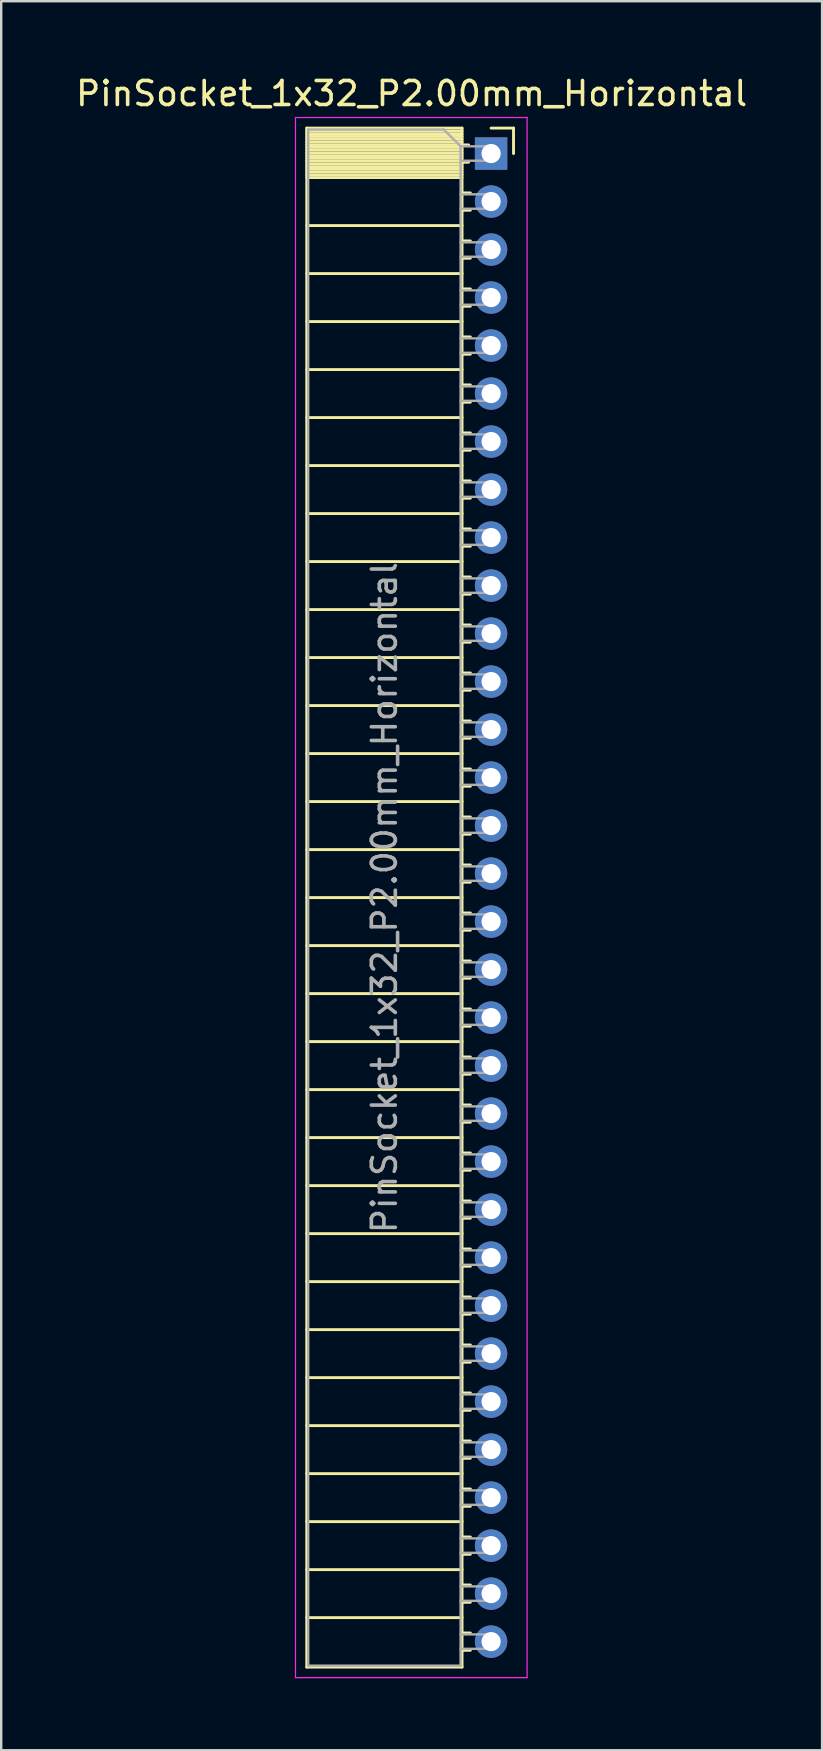
<source format=kicad_pcb>
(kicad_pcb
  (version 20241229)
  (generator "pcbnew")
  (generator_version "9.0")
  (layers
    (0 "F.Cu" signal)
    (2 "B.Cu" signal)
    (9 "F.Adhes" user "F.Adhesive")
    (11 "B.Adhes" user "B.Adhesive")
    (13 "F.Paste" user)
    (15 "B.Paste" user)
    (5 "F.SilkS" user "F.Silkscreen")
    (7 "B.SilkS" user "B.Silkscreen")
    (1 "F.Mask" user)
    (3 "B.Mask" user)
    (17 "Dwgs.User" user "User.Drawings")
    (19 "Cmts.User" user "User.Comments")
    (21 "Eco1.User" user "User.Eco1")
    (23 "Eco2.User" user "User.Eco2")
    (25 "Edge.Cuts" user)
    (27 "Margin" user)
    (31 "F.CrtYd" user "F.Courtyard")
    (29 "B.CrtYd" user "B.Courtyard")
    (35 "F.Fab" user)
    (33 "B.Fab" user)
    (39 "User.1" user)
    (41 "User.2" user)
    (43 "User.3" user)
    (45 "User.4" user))
  (footprint "PinSocket_1x32_P2.00mm_Horizontal"
    (layer "F.Cu")
    (at 17.411 3.348)
    (property "Reference" "PinSocket_1x32_P2.00mm_Horizontal" (at -3.31 -2.5 0) (layer "F.SilkS") (effects (font (size 1 1) (thickness 0.15))))
    (attr through_hole)
    (fp_line (start -7.68 -1.06) (end -7.68 63.06) (stroke (width 0.12) (type solid)) (layer "F.SilkS"))
    (fp_line (start -7.68 -1.06) (end -1.21 -1.06) (stroke (width 0.12) (type solid)) (layer "F.SilkS"))
    (fp_line (start -7.68 -0.94) (end -1.21 -0.94) (stroke (width 0.12) (type solid)) (layer "F.SilkS"))
    (fp_line (start -7.68 -0.826) (end -1.21 -0.826) (stroke (width 0.12) (type solid)) (layer "F.SilkS"))
    (fp_line (start -7.68 -0.712) (end -1.21 -0.712) (stroke (width 0.12) (type solid)) (layer "F.SilkS"))
    (fp_line (start -7.68 -0.598) (end -1.21 -0.598) (stroke (width 0.12) (type solid)) (layer "F.SilkS"))
    (fp_line (start -7.68 -0.484) (end -1.21 -0.484) (stroke (width 0.12) (type solid)) (layer "F.SilkS"))
    (fp_line (start -7.68 -0.369) (end -1.21 -0.369) (stroke (width 0.12) (type solid)) (layer "F.SilkS"))
    (fp_line (start -7.68 -0.255) (end -1.21 -0.255) (stroke (width 0.12) (type solid)) (layer "F.SilkS"))
    (fp_line (start -7.68 -0.141) (end -1.21 -0.141) (stroke (width 0.12) (type solid)) (layer "F.SilkS"))
    (fp_line (start -7.68 -0.027) (end -1.21 -0.027) (stroke (width 0.12) (type solid)) (layer "F.SilkS"))
    (fp_line (start -7.68 0.087) (end -1.21 0.087) (stroke (width 0.12) (type solid)) (layer "F.SilkS"))
    (fp_line (start -7.68 0.201) (end -1.21 0.201) (stroke (width 0.12) (type solid)) (layer "F.SilkS"))
    (fp_line (start -7.68 0.315) (end -1.21 0.315) (stroke (width 0.12) (type solid)) (layer "F.SilkS"))
    (fp_line (start -7.68 0.429) (end -1.21 0.429) (stroke (width 0.12) (type solid)) (layer "F.SilkS"))
    (fp_line (start -7.68 0.544) (end -1.21 0.544) (stroke (width 0.12) (type solid)) (layer "F.SilkS"))
    (fp_line (start -7.68 0.658) (end -1.21 0.658) (stroke (width 0.12) (type solid)) (layer "F.SilkS"))
    (fp_line (start -7.68 0.772) (end -1.21 0.772) (stroke (width 0.12) (type solid)) (layer "F.SilkS"))
    (fp_line (start -7.68 0.886) (end -1.21 0.886) (stroke (width 0.12) (type solid)) (layer "F.SilkS"))
    (fp_line (start -7.68 1) (end -1.21 1) (stroke (width 0.12) (type solid)) (layer "F.SilkS"))
    (fp_line (start -7.68 3) (end -1.21 3) (stroke (width 0.12) (type solid)) (layer "F.SilkS"))
    (fp_line (start -7.68 5) (end -1.21 5) (stroke (width 0.12) (type solid)) (layer "F.SilkS"))
    (fp_line (start -7.68 7) (end -1.21 7) (stroke (width 0.12) (type solid)) (layer "F.SilkS"))
    (fp_line (start -7.68 9) (end -1.21 9) (stroke (width 0.12) (type solid)) (layer "F.SilkS"))
    (fp_line (start -7.68 11) (end -1.21 11) (stroke (width 0.12) (type solid)) (layer "F.SilkS"))
    (fp_line (start -7.68 13) (end -1.21 13) (stroke (width 0.12) (type solid)) (layer "F.SilkS"))
    (fp_line (start -7.68 15) (end -1.21 15) (stroke (width 0.12) (type solid)) (layer "F.SilkS"))
    (fp_line (start -7.68 17) (end -1.21 17) (stroke (width 0.12) (type solid)) (layer "F.SilkS"))
    (fp_line (start -7.68 19) (end -1.21 19) (stroke (width 0.12) (type solid)) (layer "F.SilkS"))
    (fp_line (start -7.68 21) (end -1.21 21) (stroke (width 0.12) (type solid)) (layer "F.SilkS"))
    (fp_line (start -7.68 23) (end -1.21 23) (stroke (width 0.12) (type solid)) (layer "F.SilkS"))
    (fp_line (start -7.68 25) (end -1.21 25) (stroke (width 0.12) (type solid)) (layer "F.SilkS"))
    (fp_line (start -7.68 27) (end -1.21 27) (stroke (width 0.12) (type solid)) (layer "F.SilkS"))
    (fp_line (start -7.68 29) (end -1.21 29) (stroke (width 0.12) (type solid)) (layer "F.SilkS"))
    (fp_line (start -7.68 31) (end -1.21 31) (stroke (width 0.12) (type solid)) (layer "F.SilkS"))
    (fp_line (start -7.68 33) (end -1.21 33) (stroke (width 0.12) (type solid)) (layer "F.SilkS"))
    (fp_line (start -7.68 35) (end -1.21 35) (stroke (width 0.12) (type solid)) (layer "F.SilkS"))
    (fp_line (start -7.68 37) (end -1.21 37) (stroke (width 0.12) (type solid)) (layer "F.SilkS"))
    (fp_line (start -7.68 39) (end -1.21 39) (stroke (width 0.12) (type solid)) (layer "F.SilkS"))
    (fp_line (start -7.68 41) (end -1.21 41) (stroke (width 0.12) (type solid)) (layer "F.SilkS"))
    (fp_line (start -7.68 43) (end -1.21 43) (stroke (width 0.12) (type solid)) (layer "F.SilkS"))
    (fp_line (start -7.68 45) (end -1.21 45) (stroke (width 0.12) (type solid)) (layer "F.SilkS"))
    (fp_line (start -7.68 47) (end -1.21 47) (stroke (width 0.12) (type solid)) (layer "F.SilkS"))
    (fp_line (start -7.68 49) (end -1.21 49) (stroke (width 0.12) (type solid)) (layer "F.SilkS"))
    (fp_line (start -7.68 51) (end -1.21 51) (stroke (width 0.12) (type solid)) (layer "F.SilkS"))
    (fp_line (start -7.68 53) (end -1.21 53) (stroke (width 0.12) (type solid)) (layer "F.SilkS"))
    (fp_line (start -7.68 55) (end -1.21 55) (stroke (width 0.12) (type solid)) (layer "F.SilkS"))
    (fp_line (start -7.68 57) (end -1.21 57) (stroke (width 0.12) (type solid)) (layer "F.SilkS"))
    (fp_line (start -7.68 59) (end -1.21 59) (stroke (width 0.12) (type solid)) (layer "F.SilkS"))
    (fp_line (start -7.68 61) (end -1.21 61) (stroke (width 0.12) (type solid)) (layer "F.SilkS"))
    (fp_line (start -7.68 63.06) (end -1.21 63.06) (stroke (width 0.12) (type solid)) (layer "F.SilkS"))
    (fp_line (start -1.21 -1.06) (end -1.21 63.06) (stroke (width 0.12) (type solid)) (layer "F.SilkS"))
    (fp_line (start -1.21 -0.36) (end -0.935 -0.36) (stroke (width 0.12) (type solid)) (layer "F.SilkS"))
    (fp_line (start -1.21 0.36) (end -0.935 0.36) (stroke (width 0.12) (type solid)) (layer "F.SilkS"))
    (fp_line (start -1.21 1.64) (end -0.863 1.64) (stroke (width 0.12) (type solid)) (layer "F.SilkS"))
    (fp_line (start -1.21 2.36) (end -0.863 2.36) (stroke (width 0.12) (type solid)) (layer "F.SilkS"))
    (fp_line (start -1.21 3.64) (end -0.863 3.64) (stroke (width 0.12) (type solid)) (layer "F.SilkS"))
    (fp_line (start -1.21 4.36) (end -0.863 4.36) (stroke (width 0.12) (type solid)) (layer "F.SilkS"))
    (fp_line (start -1.21 5.64) (end -0.863 5.64) (stroke (width 0.12) (type solid)) (layer "F.SilkS"))
    (fp_line (start -1.21 6.36) (end -0.863 6.36) (stroke (width 0.12) (type solid)) (layer "F.SilkS"))
    (fp_line (start -1.21 7.64) (end -0.863 7.64) (stroke (width 0.12) (type solid)) (layer "F.SilkS"))
    (fp_line (start -1.21 8.36) (end -0.863 8.36) (stroke (width 0.12) (type solid)) (layer "F.SilkS"))
    (fp_line (start -1.21 9.64) (end -0.863 9.64) (stroke (width 0.12) (type solid)) (layer "F.SilkS"))
    (fp_line (start -1.21 10.36) (end -0.863 10.36) (stroke (width 0.12) (type solid)) (layer "F.SilkS"))
    (fp_line (start -1.21 11.64) (end -0.863 11.64) (stroke (width 0.12) (type solid)) (layer "F.SilkS"))
    (fp_line (start -1.21 12.36) (end -0.863 12.36) (stroke (width 0.12) (type solid)) (layer "F.SilkS"))
    (fp_line (start -1.21 13.64) (end -0.863 13.64) (stroke (width 0.12) (type solid)) (layer "F.SilkS"))
    (fp_line (start -1.21 14.36) (end -0.863 14.36) (stroke (width 0.12) (type solid)) (layer "F.SilkS"))
    (fp_line (start -1.21 15.64) (end -0.863 15.64) (stroke (width 0.12) (type solid)) (layer "F.SilkS"))
    (fp_line (start -1.21 16.36) (end -0.863 16.36) (stroke (width 0.12) (type solid)) (layer "F.SilkS"))
    (fp_line (start -1.21 17.64) (end -0.863 17.64) (stroke (width 0.12) (type solid)) (layer "F.SilkS"))
    (fp_line (start -1.21 18.36) (end -0.863 18.36) (stroke (width 0.12) (type solid)) (layer "F.SilkS"))
    (fp_line (start -1.21 19.64) (end -0.863 19.64) (stroke (width 0.12) (type solid)) (layer "F.SilkS"))
    (fp_line (start -1.21 20.36) (end -0.863 20.36) (stroke (width 0.12) (type solid)) (layer "F.SilkS"))
    (fp_line (start -1.21 21.64) (end -0.863 21.64) (stroke (width 0.12) (type solid)) (layer "F.SilkS"))
    (fp_line (start -1.21 22.36) (end -0.863 22.36) (stroke (width 0.12) (type solid)) (layer "F.SilkS"))
    (fp_line (start -1.21 23.64) (end -0.863 23.64) (stroke (width 0.12) (type solid)) (layer "F.SilkS"))
    (fp_line (start -1.21 24.36) (end -0.863 24.36) (stroke (width 0.12) (type solid)) (layer "F.SilkS"))
    (fp_line (start -1.21 25.64) (end -0.863 25.64) (stroke (width 0.12) (type solid)) (layer "F.SilkS"))
    (fp_line (start -1.21 26.36) (end -0.863 26.36) (stroke (width 0.12) (type solid)) (layer "F.SilkS"))
    (fp_line (start -1.21 27.64) (end -0.863 27.64) (stroke (width 0.12) (type solid)) (layer "F.SilkS"))
    (fp_line (start -1.21 28.36) (end -0.863 28.36) (stroke (width 0.12) (type solid)) (layer "F.SilkS"))
    (fp_line (start -1.21 29.64) (end -0.863 29.64) (stroke (width 0.12) (type solid)) (layer "F.SilkS"))
    (fp_line (start -1.21 30.36) (end -0.863 30.36) (stroke (width 0.12) (type solid)) (layer "F.SilkS"))
    (fp_line (start -1.21 31.64) (end -0.863 31.64) (stroke (width 0.12) (type solid)) (layer "F.SilkS"))
    (fp_line (start -1.21 32.36) (end -0.863 32.36) (stroke (width 0.12) (type solid)) (layer "F.SilkS"))
    (fp_line (start -1.21 33.64) (end -0.863 33.64) (stroke (width 0.12) (type solid)) (layer "F.SilkS"))
    (fp_line (start -1.21 34.36) (end -0.863 34.36) (stroke (width 0.12) (type solid)) (layer "F.SilkS"))
    (fp_line (start -1.21 35.64) (end -0.863 35.64) (stroke (width 0.12) (type solid)) (layer "F.SilkS"))
    (fp_line (start -1.21 36.36) (end -0.863 36.36) (stroke (width 0.12) (type solid)) (layer "F.SilkS"))
    (fp_line (start -1.21 37.64) (end -0.863 37.64) (stroke (width 0.12) (type solid)) (layer "F.SilkS"))
    (fp_line (start -1.21 38.36) (end -0.863 38.36) (stroke (width 0.12) (type solid)) (layer "F.SilkS"))
    (fp_line (start -1.21 39.64) (end -0.863 39.64) (stroke (width 0.12) (type solid)) (layer "F.SilkS"))
    (fp_line (start -1.21 40.36) (end -0.863 40.36) (stroke (width 0.12) (type solid)) (layer "F.SilkS"))
    (fp_line (start -1.21 41.64) (end -0.863 41.64) (stroke (width 0.12) (type solid)) (layer "F.SilkS"))
    (fp_line (start -1.21 42.36) (end -0.863 42.36) (stroke (width 0.12) (type solid)) (layer "F.SilkS"))
    (fp_line (start -1.21 43.64) (end -0.863 43.64) (stroke (width 0.12) (type solid)) (layer "F.SilkS"))
    (fp_line (start -1.21 44.36) (end -0.863 44.36) (stroke (width 0.12) (type solid)) (layer "F.SilkS"))
    (fp_line (start -1.21 45.64) (end -0.863 45.64) (stroke (width 0.12) (type solid)) (layer "F.SilkS"))
    (fp_line (start -1.21 46.36) (end -0.863 46.36) (stroke (width 0.12) (type solid)) (layer "F.SilkS"))
    (fp_line (start -1.21 47.64) (end -0.863 47.64) (stroke (width 0.12) (type solid)) (layer "F.SilkS"))
    (fp_line (start -1.21 48.36) (end -0.863 48.36) (stroke (width 0.12) (type solid)) (layer "F.SilkS"))
    (fp_line (start -1.21 49.64) (end -0.863 49.64) (stroke (width 0.12) (type solid)) (layer "F.SilkS"))
    (fp_line (start -1.21 50.36) (end -0.863 50.36) (stroke (width 0.12) (type solid)) (layer "F.SilkS"))
    (fp_line (start -1.21 51.64) (end -0.863 51.64) (stroke (width 0.12) (type solid)) (layer "F.SilkS"))
    (fp_line (start -1.21 52.36) (end -0.863 52.36) (stroke (width 0.12) (type solid)) (layer "F.SilkS"))
    (fp_line (start -1.21 53.64) (end -0.863 53.64) (stroke (width 0.12) (type solid)) (layer "F.SilkS"))
    (fp_line (start -1.21 54.36) (end -0.863 54.36) (stroke (width 0.12) (type solid)) (layer "F.SilkS"))
    (fp_line (start -1.21 55.64) (end -0.863 55.64) (stroke (width 0.12) (type solid)) (layer "F.SilkS"))
    (fp_line (start -1.21 56.36) (end -0.863 56.36) (stroke (width 0.12) (type solid)) (layer "F.SilkS"))
    (fp_line (start -1.21 57.64) (end -0.863 57.64) (stroke (width 0.12) (type solid)) (layer "F.SilkS"))
    (fp_line (start -1.21 58.36) (end -0.863 58.36) (stroke (width 0.12) (type solid)) (layer "F.SilkS"))
    (fp_line (start -1.21 59.64) (end -0.863 59.64) (stroke (width 0.12) (type solid)) (layer "F.SilkS"))
    (fp_line (start -1.21 60.36) (end -0.863 60.36) (stroke (width 0.12) (type solid)) (layer "F.SilkS"))
    (fp_line (start -1.21 61.64) (end -0.863 61.64) (stroke (width 0.12) (type solid)) (layer "F.SilkS"))
    (fp_line (start -1.21 62.36) (end -0.863 62.36) (stroke (width 0.12) (type solid)) (layer "F.SilkS"))
    (fp_line (start 0 -1.06) (end 0.935 -1.06) (stroke (width 0.12) (type solid)) (layer "F.SilkS"))
    (fp_line (start 0.935 -1.06) (end 0.935 0) (stroke (width 0.12) (type solid)) (layer "F.SilkS"))
    (fp_line (start -8.15 -1.5) (end -8.15 63.5) (stroke (width 0.05) (type solid)) (layer "F.CrtYd"))
    (fp_line (start -8.15 63.5) (end 1.5 63.5) (stroke (width 0.05) (type solid)) (layer "F.CrtYd"))
    (fp_line (start 1.5 -1.5) (end -8.15 -1.5) (stroke (width 0.05) (type solid)) (layer "F.CrtYd"))
    (fp_line (start 1.5 63.5) (end 1.5 -1.5) (stroke (width 0.05) (type solid)) (layer "F.CrtYd"))
    (fp_line (start -7.62 -1) (end -1.97 -1) (stroke (width 0.1) (type solid)) (layer "F.Fab"))
    (fp_line (start -7.62 63) (end -7.62 -1) (stroke (width 0.1) (type solid)) (layer "F.Fab"))
    (fp_line (start -1.97 -1) (end -1.27 -0.3) (stroke (width 0.1) (type solid)) (layer "F.Fab"))
    (fp_line (start -1.27 -0.3) (end -1.27 63) (stroke (width 0.1) (type solid)) (layer "F.Fab"))
    (fp_line (start -1.27 0.3) (end 0 0.3) (stroke (width 0.1) (type solid)) (layer "F.Fab"))
    (fp_line (start -1.27 2.3) (end 0 2.3) (stroke (width 0.1) (type solid)) (layer "F.Fab"))
    (fp_line (start -1.27 4.3) (end 0 4.3) (stroke (width 0.1) (type solid)) (layer "F.Fab"))
    (fp_line (start -1.27 6.3) (end 0 6.3) (stroke (width 0.1) (type solid)) (layer "F.Fab"))
    (fp_line (start -1.27 8.3) (end 0 8.3) (stroke (width 0.1) (type solid)) (layer "F.Fab"))
    (fp_line (start -1.27 10.3) (end 0 10.3) (stroke (width 0.1) (type solid)) (layer "F.Fab"))
    (fp_line (start -1.27 12.3) (end 0 12.3) (stroke (width 0.1) (type solid)) (layer "F.Fab"))
    (fp_line (start -1.27 14.3) (end 0 14.3) (stroke (width 0.1) (type solid)) (layer "F.Fab"))
    (fp_line (start -1.27 16.3) (end 0 16.3) (stroke (width 0.1) (type solid)) (layer "F.Fab"))
    (fp_line (start -1.27 18.3) (end 0 18.3) (stroke (width 0.1) (type solid)) (layer "F.Fab"))
    (fp_line (start -1.27 20.3) (end 0 20.3) (stroke (width 0.1) (type solid)) (layer "F.Fab"))
    (fp_line (start -1.27 22.3) (end 0 22.3) (stroke (width 0.1) (type solid)) (layer "F.Fab"))
    (fp_line (start -1.27 24.3) (end 0 24.3) (stroke (width 0.1) (type solid)) (layer "F.Fab"))
    (fp_line (start -1.27 26.3) (end 0 26.3) (stroke (width 0.1) (type solid)) (layer "F.Fab"))
    (fp_line (start -1.27 28.3) (end 0 28.3) (stroke (width 0.1) (type solid)) (layer "F.Fab"))
    (fp_line (start -1.27 30.3) (end 0 30.3) (stroke (width 0.1) (type solid)) (layer "F.Fab"))
    (fp_line (start -1.27 32.3) (end 0 32.3) (stroke (width 0.1) (type solid)) (layer "F.Fab"))
    (fp_line (start -1.27 34.3) (end 0 34.3) (stroke (width 0.1) (type solid)) (layer "F.Fab"))
    (fp_line (start -1.27 36.3) (end 0 36.3) (stroke (width 0.1) (type solid)) (layer "F.Fab"))
    (fp_line (start -1.27 38.3) (end 0 38.3) (stroke (width 0.1) (type solid)) (layer "F.Fab"))
    (fp_line (start -1.27 40.3) (end 0 40.3) (stroke (width 0.1) (type solid)) (layer "F.Fab"))
    (fp_line (start -1.27 42.3) (end 0 42.3) (stroke (width 0.1) (type solid)) (layer "F.Fab"))
    (fp_line (start -1.27 44.3) (end 0 44.3) (stroke (width 0.1) (type solid)) (layer "F.Fab"))
    (fp_line (start -1.27 46.3) (end 0 46.3) (stroke (width 0.1) (type solid)) (layer "F.Fab"))
    (fp_line (start -1.27 48.3) (end 0 48.3) (stroke (width 0.1) (type solid)) (layer "F.Fab"))
    (fp_line (start -1.27 50.3) (end 0 50.3) (stroke (width 0.1) (type solid)) (layer "F.Fab"))
    (fp_line (start -1.27 52.3) (end 0 52.3) (stroke (width 0.1) (type solid)) (layer "F.Fab"))
    (fp_line (start -1.27 54.3) (end 0 54.3) (stroke (width 0.1) (type solid)) (layer "F.Fab"))
    (fp_line (start -1.27 56.3) (end 0 56.3) (stroke (width 0.1) (type solid)) (layer "F.Fab"))
    (fp_line (start -1.27 58.3) (end 0 58.3) (stroke (width 0.1) (type solid)) (layer "F.Fab"))
    (fp_line (start -1.27 60.3) (end 0 60.3) (stroke (width 0.1) (type solid)) (layer "F.Fab"))
    (fp_line (start -1.27 62.3) (end 0 62.3) (stroke (width 0.1) (type solid)) (layer "F.Fab"))
    (fp_line (start -1.27 63) (end -7.62 63) (stroke (width 0.1) (type solid)) (layer "F.Fab"))
    (fp_line (start 0 -0.3) (end -1.27 -0.3) (stroke (width 0.1) (type solid)) (layer "F.Fab"))
    (fp_line (start 0 0.3) (end 0 -0.3) (stroke (width 0.1) (type solid)) (layer "F.Fab"))
    (fp_line (start 0 1.7) (end -1.27 1.7) (stroke (width 0.1) (type solid)) (layer "F.Fab"))
    (fp_line (start 0 2.3) (end 0 1.7) (stroke (width 0.1) (type solid)) (layer "F.Fab"))
    (fp_line (start 0 3.7) (end -1.27 3.7) (stroke (width 0.1) (type solid)) (layer "F.Fab"))
    (fp_line (start 0 4.3) (end 0 3.7) (stroke (width 0.1) (type solid)) (layer "F.Fab"))
    (fp_line (start 0 5.7) (end -1.27 5.7) (stroke (width 0.1) (type solid)) (layer "F.Fab"))
    (fp_line (start 0 6.3) (end 0 5.7) (stroke (width 0.1) (type solid)) (layer "F.Fab"))
    (fp_line (start 0 7.7) (end -1.27 7.7) (stroke (width 0.1) (type solid)) (layer "F.Fab"))
    (fp_line (start 0 8.3) (end 0 7.7) (stroke (width 0.1) (type solid)) (layer "F.Fab"))
    (fp_line (start 0 9.7) (end -1.27 9.7) (stroke (width 0.1) (type solid)) (layer "F.Fab"))
    (fp_line (start 0 10.3) (end 0 9.7) (stroke (width 0.1) (type solid)) (layer "F.Fab"))
    (fp_line (start 0 11.7) (end -1.27 11.7) (stroke (width 0.1) (type solid)) (layer "F.Fab"))
    (fp_line (start 0 12.3) (end 0 11.7) (stroke (width 0.1) (type solid)) (layer "F.Fab"))
    (fp_line (start 0 13.7) (end -1.27 13.7) (stroke (width 0.1) (type solid)) (layer "F.Fab"))
    (fp_line (start 0 14.3) (end 0 13.7) (stroke (width 0.1) (type solid)) (layer "F.Fab"))
    (fp_line (start 0 15.7) (end -1.27 15.7) (stroke (width 0.1) (type solid)) (layer "F.Fab"))
    (fp_line (start 0 16.3) (end 0 15.7) (stroke (width 0.1) (type solid)) (layer "F.Fab"))
    (fp_line (start 0 17.7) (end -1.27 17.7) (stroke (width 0.1) (type solid)) (layer "F.Fab"))
    (fp_line (start 0 18.3) (end 0 17.7) (stroke (width 0.1) (type solid)) (layer "F.Fab"))
    (fp_line (start 0 19.7) (end -1.27 19.7) (stroke (width 0.1) (type solid)) (layer "F.Fab"))
    (fp_line (start 0 20.3) (end 0 19.7) (stroke (width 0.1) (type solid)) (layer "F.Fab"))
    (fp_line (start 0 21.7) (end -1.27 21.7) (stroke (width 0.1) (type solid)) (layer "F.Fab"))
    (fp_line (start 0 22.3) (end 0 21.7) (stroke (width 0.1) (type solid)) (layer "F.Fab"))
    (fp_line (start 0 23.7) (end -1.27 23.7) (stroke (width 0.1) (type solid)) (layer "F.Fab"))
    (fp_line (start 0 24.3) (end 0 23.7) (stroke (width 0.1) (type solid)) (layer "F.Fab"))
    (fp_line (start 0 25.7) (end -1.27 25.7) (stroke (width 0.1) (type solid)) (layer "F.Fab"))
    (fp_line (start 0 26.3) (end 0 25.7) (stroke (width 0.1) (type solid)) (layer "F.Fab"))
    (fp_line (start 0 27.7) (end -1.27 27.7) (stroke (width 0.1) (type solid)) (layer "F.Fab"))
    (fp_line (start 0 28.3) (end 0 27.7) (stroke (width 0.1) (type solid)) (layer "F.Fab"))
    (fp_line (start 0 29.7) (end -1.27 29.7) (stroke (width 0.1) (type solid)) (layer "F.Fab"))
    (fp_line (start 0 30.3) (end 0 29.7) (stroke (width 0.1) (type solid)) (layer "F.Fab"))
    (fp_line (start 0 31.7) (end -1.27 31.7) (stroke (width 0.1) (type solid)) (layer "F.Fab"))
    (fp_line (start 0 32.3) (end 0 31.7) (stroke (width 0.1) (type solid)) (layer "F.Fab"))
    (fp_line (start 0 33.7) (end -1.27 33.7) (stroke (width 0.1) (type solid)) (layer "F.Fab"))
    (fp_line (start 0 34.3) (end 0 33.7) (stroke (width 0.1) (type solid)) (layer "F.Fab"))
    (fp_line (start 0 35.7) (end -1.27 35.7) (stroke (width 0.1) (type solid)) (layer "F.Fab"))
    (fp_line (start 0 36.3) (end 0 35.7) (stroke (width 0.1) (type solid)) (layer "F.Fab"))
    (fp_line (start 0 37.7) (end -1.27 37.7) (stroke (width 0.1) (type solid)) (layer "F.Fab"))
    (fp_line (start 0 38.3) (end 0 37.7) (stroke (width 0.1) (type solid)) (layer "F.Fab"))
    (fp_line (start 0 39.7) (end -1.27 39.7) (stroke (width 0.1) (type solid)) (layer "F.Fab"))
    (fp_line (start 0 40.3) (end 0 39.7) (stroke (width 0.1) (type solid)) (layer "F.Fab"))
    (fp_line (start 0 41.7) (end -1.27 41.7) (stroke (width 0.1) (type solid)) (layer "F.Fab"))
    (fp_line (start 0 42.3) (end 0 41.7) (stroke (width 0.1) (type solid)) (layer "F.Fab"))
    (fp_line (start 0 43.7) (end -1.27 43.7) (stroke (width 0.1) (type solid)) (layer "F.Fab"))
    (fp_line (start 0 44.3) (end 0 43.7) (stroke (width 0.1) (type solid)) (layer "F.Fab"))
    (fp_line (start 0 45.7) (end -1.27 45.7) (stroke (width 0.1) (type solid)) (layer "F.Fab"))
    (fp_line (start 0 46.3) (end 0 45.7) (stroke (width 0.1) (type solid)) (layer "F.Fab"))
    (fp_line (start 0 47.7) (end -1.27 47.7) (stroke (width 0.1) (type solid)) (layer "F.Fab"))
    (fp_line (start 0 48.3) (end 0 47.7) (stroke (width 0.1) (type solid)) (layer "F.Fab"))
    (fp_line (start 0 49.7) (end -1.27 49.7) (stroke (width 0.1) (type solid)) (layer "F.Fab"))
    (fp_line (start 0 50.3) (end 0 49.7) (stroke (width 0.1) (type solid)) (layer "F.Fab"))
    (fp_line (start 0 51.7) (end -1.27 51.7) (stroke (width 0.1) (type solid)) (layer "F.Fab"))
    (fp_line (start 0 52.3) (end 0 51.7) (stroke (width 0.1) (type solid)) (layer "F.Fab"))
    (fp_line (start 0 53.7) (end -1.27 53.7) (stroke (width 0.1) (type solid)) (layer "F.Fab"))
    (fp_line (start 0 54.3) (end 0 53.7) (stroke (width 0.1) (type solid)) (layer "F.Fab"))
    (fp_line (start 0 55.7) (end -1.27 55.7) (stroke (width 0.1) (type solid)) (layer "F.Fab"))
    (fp_line (start 0 56.3) (end 0 55.7) (stroke (width 0.1) (type solid)) (layer "F.Fab"))
    (fp_line (start 0 57.7) (end -1.27 57.7) (stroke (width 0.1) (type solid)) (layer "F.Fab"))
    (fp_line (start 0 58.3) (end 0 57.7) (stroke (width 0.1) (type solid)) (layer "F.Fab"))
    (fp_line (start 0 59.7) (end -1.27 59.7) (stroke (width 0.1) (type solid)) (layer "F.Fab"))
    (fp_line (start 0 60.3) (end 0 59.7) (stroke (width 0.1) (type solid)) (layer "F.Fab"))
    (fp_line (start 0 61.7) (end -1.27 61.7) (stroke (width 0.1) (type solid)) (layer "F.Fab"))
    (fp_line (start 0 62.3) (end 0 61.7) (stroke (width 0.1) (type solid)) (layer "F.Fab"))
    (fp_text user "${REFERENCE}" (at -4.445 31 90) (layer "F.Fab") (effects (font (size 1 1) (thickness 0.15))))
    (pad "1" thru_hole rect (at 0 0) (size 1.35 1.35) (drill 0.8) (layers "*.Cu" "*.Mask"))
    (pad "2" thru_hole oval (at 0 2) (size 1.35 1.35) (drill 0.8) (layers "*.Cu" "*.Mask"))
    (pad "3" thru_hole oval (at 0 4) (size 1.35 1.35) (drill 0.8) (layers "*.Cu" "*.Mask"))
    (pad "4" thru_hole oval (at 0 6) (size 1.35 1.35) (drill 0.8) (layers "*.Cu" "*.Mask"))
    (pad "5" thru_hole oval (at 0 8) (size 1.35 1.35) (drill 0.8) (layers "*.Cu" "*.Mask"))
    (pad "6" thru_hole oval (at 0 10) (size 1.35 1.35) (drill 0.8) (layers "*.Cu" "*.Mask"))
    (pad "7" thru_hole oval (at 0 12) (size 1.35 1.35) (drill 0.8) (layers "*.Cu" "*.Mask"))
    (pad "8" thru_hole oval (at 0 14) (size 1.35 1.35) (drill 0.8) (layers "*.Cu" "*.Mask"))
    (pad "9" thru_hole oval (at 0 16) (size 1.35 1.35) (drill 0.8) (layers "*.Cu" "*.Mask"))
    (pad "10" thru_hole oval (at 0 18) (size 1.35 1.35) (drill 0.8) (layers "*.Cu" "*.Mask"))
    (pad "11" thru_hole oval (at 0 20) (size 1.35 1.35) (drill 0.8) (layers "*.Cu" "*.Mask"))
    (pad "12" thru_hole oval (at 0 22) (size 1.35 1.35) (drill 0.8) (layers "*.Cu" "*.Mask"))
    (pad "13" thru_hole oval (at 0 24) (size 1.35 1.35) (drill 0.8) (layers "*.Cu" "*.Mask"))
    (pad "14" thru_hole oval (at 0 26) (size 1.35 1.35) (drill 0.8) (layers "*.Cu" "*.Mask"))
    (pad "15" thru_hole oval (at 0 28) (size 1.35 1.35) (drill 0.8) (layers "*.Cu" "*.Mask"))
    (pad "16" thru_hole oval (at 0 30) (size 1.35 1.35) (drill 0.8) (layers "*.Cu" "*.Mask"))
    (pad "17" thru_hole oval (at 0 32) (size 1.35 1.35) (drill 0.8) (layers "*.Cu" "*.Mask"))
    (pad "18" thru_hole oval (at 0 34) (size 1.35 1.35) (drill 0.8) (layers "*.Cu" "*.Mask"))
    (pad "19" thru_hole oval (at 0 36) (size 1.35 1.35) (drill 0.8) (layers "*.Cu" "*.Mask"))
    (pad "20" thru_hole oval (at 0 38) (size 1.35 1.35) (drill 0.8) (layers "*.Cu" "*.Mask"))
    (pad "21" thru_hole oval (at 0 40) (size 1.35 1.35) (drill 0.8) (layers "*.Cu" "*.Mask"))
    (pad "22" thru_hole oval (at 0 42) (size 1.35 1.35) (drill 0.8) (layers "*.Cu" "*.Mask"))
    (pad "23" thru_hole oval (at 0 44) (size 1.35 1.35) (drill 0.8) (layers "*.Cu" "*.Mask"))
    (pad "24" thru_hole oval (at 0 46) (size 1.35 1.35) (drill 0.8) (layers "*.Cu" "*.Mask"))
    (pad "25" thru_hole oval (at 0 48) (size 1.35 1.35) (drill 0.8) (layers "*.Cu" "*.Mask"))
    (pad "26" thru_hole oval (at 0 50) (size 1.35 1.35) (drill 0.8) (layers "*.Cu" "*.Mask"))
    (pad "27" thru_hole oval (at 0 52) (size 1.35 1.35) (drill 0.8) (layers "*.Cu" "*.Mask"))
    (pad "28" thru_hole oval (at 0 54) (size 1.35 1.35) (drill 0.8) (layers "*.Cu" "*.Mask"))
    (pad "29" thru_hole oval (at 0 56) (size 1.35 1.35) (drill 0.8) (layers "*.Cu" "*.Mask"))
    (pad "30" thru_hole oval (at 0 58) (size 1.35 1.35) (drill 0.8) (layers "*.Cu" "*.Mask"))
    (pad "31" thru_hole oval (at 0 60) (size 1.35 1.35) (drill 0.8) (layers "*.Cu" "*.Mask"))
    (pad "32" thru_hole oval (at 0 62) (size 1.35 1.35) (drill 0.8) (layers "*.Cu" "*.Mask")))
  (gr_rect
    (start -3 -3)
    (end 31.202 69.873)
    (stroke (width 0.1) (type default))
    (fill no)
    (layer "Edge.Cuts")))
</source>
